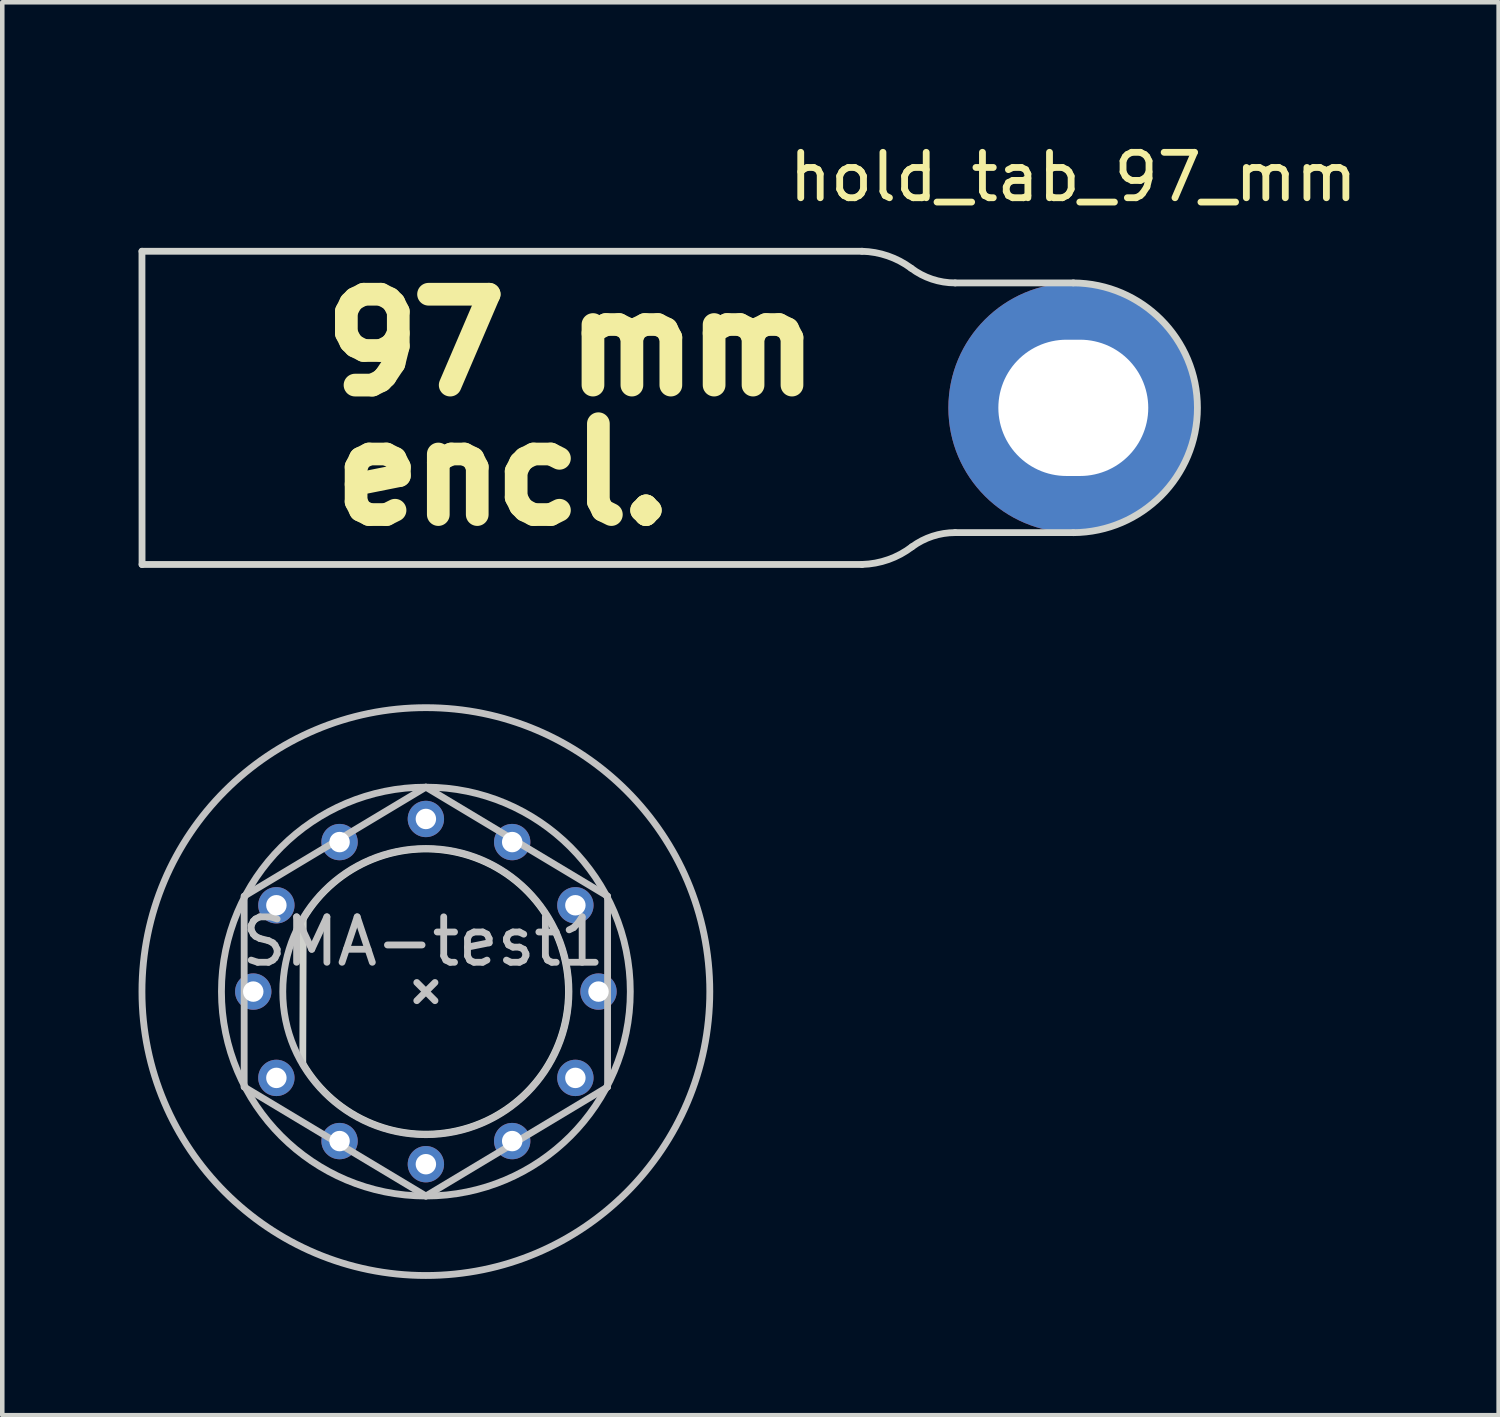
<source format=kicad_pcb>
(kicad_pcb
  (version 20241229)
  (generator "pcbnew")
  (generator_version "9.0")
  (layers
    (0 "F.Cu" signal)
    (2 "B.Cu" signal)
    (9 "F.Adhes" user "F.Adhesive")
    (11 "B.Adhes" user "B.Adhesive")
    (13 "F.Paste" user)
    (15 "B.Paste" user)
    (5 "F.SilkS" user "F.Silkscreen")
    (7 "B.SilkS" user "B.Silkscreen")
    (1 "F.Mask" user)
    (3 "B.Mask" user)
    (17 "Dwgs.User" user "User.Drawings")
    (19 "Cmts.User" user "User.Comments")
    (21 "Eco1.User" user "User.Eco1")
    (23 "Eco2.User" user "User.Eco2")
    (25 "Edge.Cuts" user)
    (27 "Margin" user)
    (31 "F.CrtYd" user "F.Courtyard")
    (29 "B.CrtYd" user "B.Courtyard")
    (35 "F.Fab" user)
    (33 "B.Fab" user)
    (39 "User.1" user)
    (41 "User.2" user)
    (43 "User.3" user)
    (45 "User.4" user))
  (footprint "hold_tab_97_mm"
    (layer "F.Cu")
    (at 20.577 5.928)
    (property "Reference" "hold_tab_97_mm" (at 0 -5.08 0) (layer "F.SilkS") (effects (font (size 1 1) (thickness 0.15))))
    (attr through_hole)
    (fp_line (start -20.502 -3.447) (end -20.5 3.45) (stroke (width 0.15) (type solid)) (layer "Edge.Cuts"))
    (fp_line (start -20.5 3.448) (end -4.652 3.448) (stroke (width 0.15) (type solid)) (layer "Edge.Cuts"))
    (fp_line (start -4.652 -3.447) (end -20.502 -3.447) (stroke (width 0.15) (type solid)) (layer "Edge.Cuts"))
    (fp_line (start -2.6 2.746) (end 0 2.746) (stroke (width 0.15) (type solid)) (layer "Edge.Cuts"))
    (fp_line (start 0 -2.75) (end -2.6 -2.75) (stroke (width 0.15) (type solid)) (layer "Edge.Cuts"))
    (fp_arc (start -4.652118 -3.446725) (mid -4.082266 -3.344283) (end -3.570002 -3.074448) (stroke (width 0.15) (type solid)) (layer "Edge.Cuts"))
    (fp_arc (start -3.55 3.058063) (mid -4.069925 3.340058) (end -4.651552 3.447548) (stroke (width 0.15) (type solid)) (layer "Edge.Cuts"))
    (fp_arc (start -3.55 3.058063) (mid -3.099921 2.826249) (end -2.6 2.746322) (stroke (width 0.15) (type solid)) (layer "Edge.Cuts"))
    (fp_arc (start -2.6 -2.75) (mid -3.111587 -2.832738) (end -3.570002 -3.074448) (stroke (width 0.15) (type solid)) (layer "Edge.Cuts"))
    (fp_arc (start 0 -2.75) (mid 2.748774 -0.001226) (end 0 2.747548) (stroke (width 0.15) (type solid)) (layer "Edge.Cuts"))
    (fp_text user "encl." (at -12.55 1.45 0) (layer "F.SilkS") (effects (font (size 2 2) (thickness 0.5))))
    (fp_text user "97 mm" (at -11.05 -1.4 0) (layer "F.SilkS") (effects (font (size 2 2) (thickness 0.5))))
    (pad "1" thru_hole circle (at 0 0) (size 5.5 5.5) (drill oval 3.3 3) (layers "*.Cu" "*.Mask")))
  (footprint "SMA-test1"
    (layer "F.Cu")
    (at 6.325 18.778)
    (property "Reference" "SMA-test1" (at -0.06 -1.1 0) (layer "Dwgs.User") (effects (font (size 1 1) (thickness 0.15))))
    (attr through_hole)
    (fp_line (start -2.92 -1.6) (end -2.92 1.6) (stroke (width 0.7) (type solid)) (layer "F.Mask"))
    (fp_circle (center 0 0) (end 3.83 0) (stroke (width 1.35) (type solid)) (fill no) (layer "F.Mask"))
    (fp_line (start -2.92 -1.6) (end -2.92 1.6) (stroke (width 0.7) (type solid)) (layer "B.Mask"))
    (fp_circle (center 0 0) (end 3.83 0) (stroke (width 1.35) (type solid)) (fill no) (layer "B.Mask"))
    (fp_line (start -4 -2.1) (end -4 2.1) (stroke (width 0.15) (type solid)) (layer "Dwgs.User"))
    (fp_line (start -4 2.1) (end 0 4.5) (stroke (width 0.15) (type solid)) (layer "Dwgs.User"))
    (fp_line (start -0.2 0.2) (end 0.2 -0.2) (stroke (width 0.15) (type solid)) (layer "Dwgs.User"))
    (fp_line (start 0 -4.5) (end -4 -2.1) (stroke (width 0.15) (type solid)) (layer "Dwgs.User"))
    (fp_line (start 0 4.5) (end 4 2.1) (stroke (width 0.15) (type solid)) (layer "Dwgs.User"))
    (fp_line (start 0.2 0.2) (end -0.2 -0.2) (stroke (width 0.15) (type solid)) (layer "Dwgs.User"))
    (fp_line (start 4 -2.1) (end 0 -4.5) (stroke (width 0.15) (type solid)) (layer "Dwgs.User"))
    (fp_line (start 4 2.1) (end 4 -2.1) (stroke (width 0.15) (type solid)) (layer "Dwgs.User"))
    (fp_circle (center 0 0) (end 3.15 0) (stroke (width 0.15) (type solid)) (fill no) (layer "Dwgs.User"))
    (fp_circle (center 0 0) (end 4.5 0) (stroke (width 0.15) (type solid)) (fill no) (layer "Dwgs.User"))
    (fp_circle (center 0 0) (end 6.25 0) (stroke (width 0.15) (type solid)) (fill no) (layer "Dwgs.User"))
    (fp_line (start -2.7 -1.6) (end -2.71 1.58) (stroke (width 0.15) (type solid)) (layer "Edge.Cuts"))
    (fp_arc (start -2.7 -1.6) (mid 3.138451 0.011158) (end -2.711308 1.580762) (stroke (width 0.15) (type solid)) (layer "Edge.Cuts"))
    (pad "1" thru_hole circle (at -3.8 0 90) (size 0.8 0.8) (drill 0.45) (layers "*.Cu"))
    (pad "1" thru_hole circle (at -3.291 -1.9 60) (size 0.8 0.8) (drill 0.45) (layers "*.Cu"))
    (pad "1" thru_hole circle (at -3.291 1.9 120) (size 0.8 0.8) (drill 0.45) (layers "*.Cu"))
    (pad "1" thru_hole circle (at -1.9 -3.291 30) (size 0.8 0.8) (drill 0.45) (layers "*.Cu"))
    (pad "1" thru_hole circle (at -1.9 3.291 150) (size 0.8 0.8) (drill 0.45) (layers "*.Cu"))
    (pad "1" thru_hole circle (at 0 -3.8) (size 0.8 0.8) (drill 0.45) (layers "*.Cu"))
    (pad "1" thru_hole circle (at 0 3.8 180) (size 0.8 0.8) (drill 0.45) (layers "*.Cu"))
    (pad "1" thru_hole circle (at 1.9 -3.291 330) (size 0.8 0.8) (drill 0.45) (layers "*.Cu"))
    (pad "1" thru_hole circle (at 1.9 3.291 210) (size 0.8 0.8) (drill 0.45) (layers "*.Cu"))
    (pad "1" thru_hole circle (at 3.291 -1.9 300) (size 0.8 0.8) (drill 0.45) (layers "*.Cu"))
    (pad "1" thru_hole circle (at 3.291 1.9 240) (size 0.8 0.8) (drill 0.45) (layers "*.Cu"))
    (pad "1" thru_hole circle (at 3.8 0 270) (size 0.8 0.8) (drill 0.45) (layers "*.Cu")))
  (gr_rect
    (start -3 -3)
    (end 29.94 28.103)
    (stroke (width 0.1) (type default))
    (fill no)
    (layer "Edge.Cuts")))
</source>
